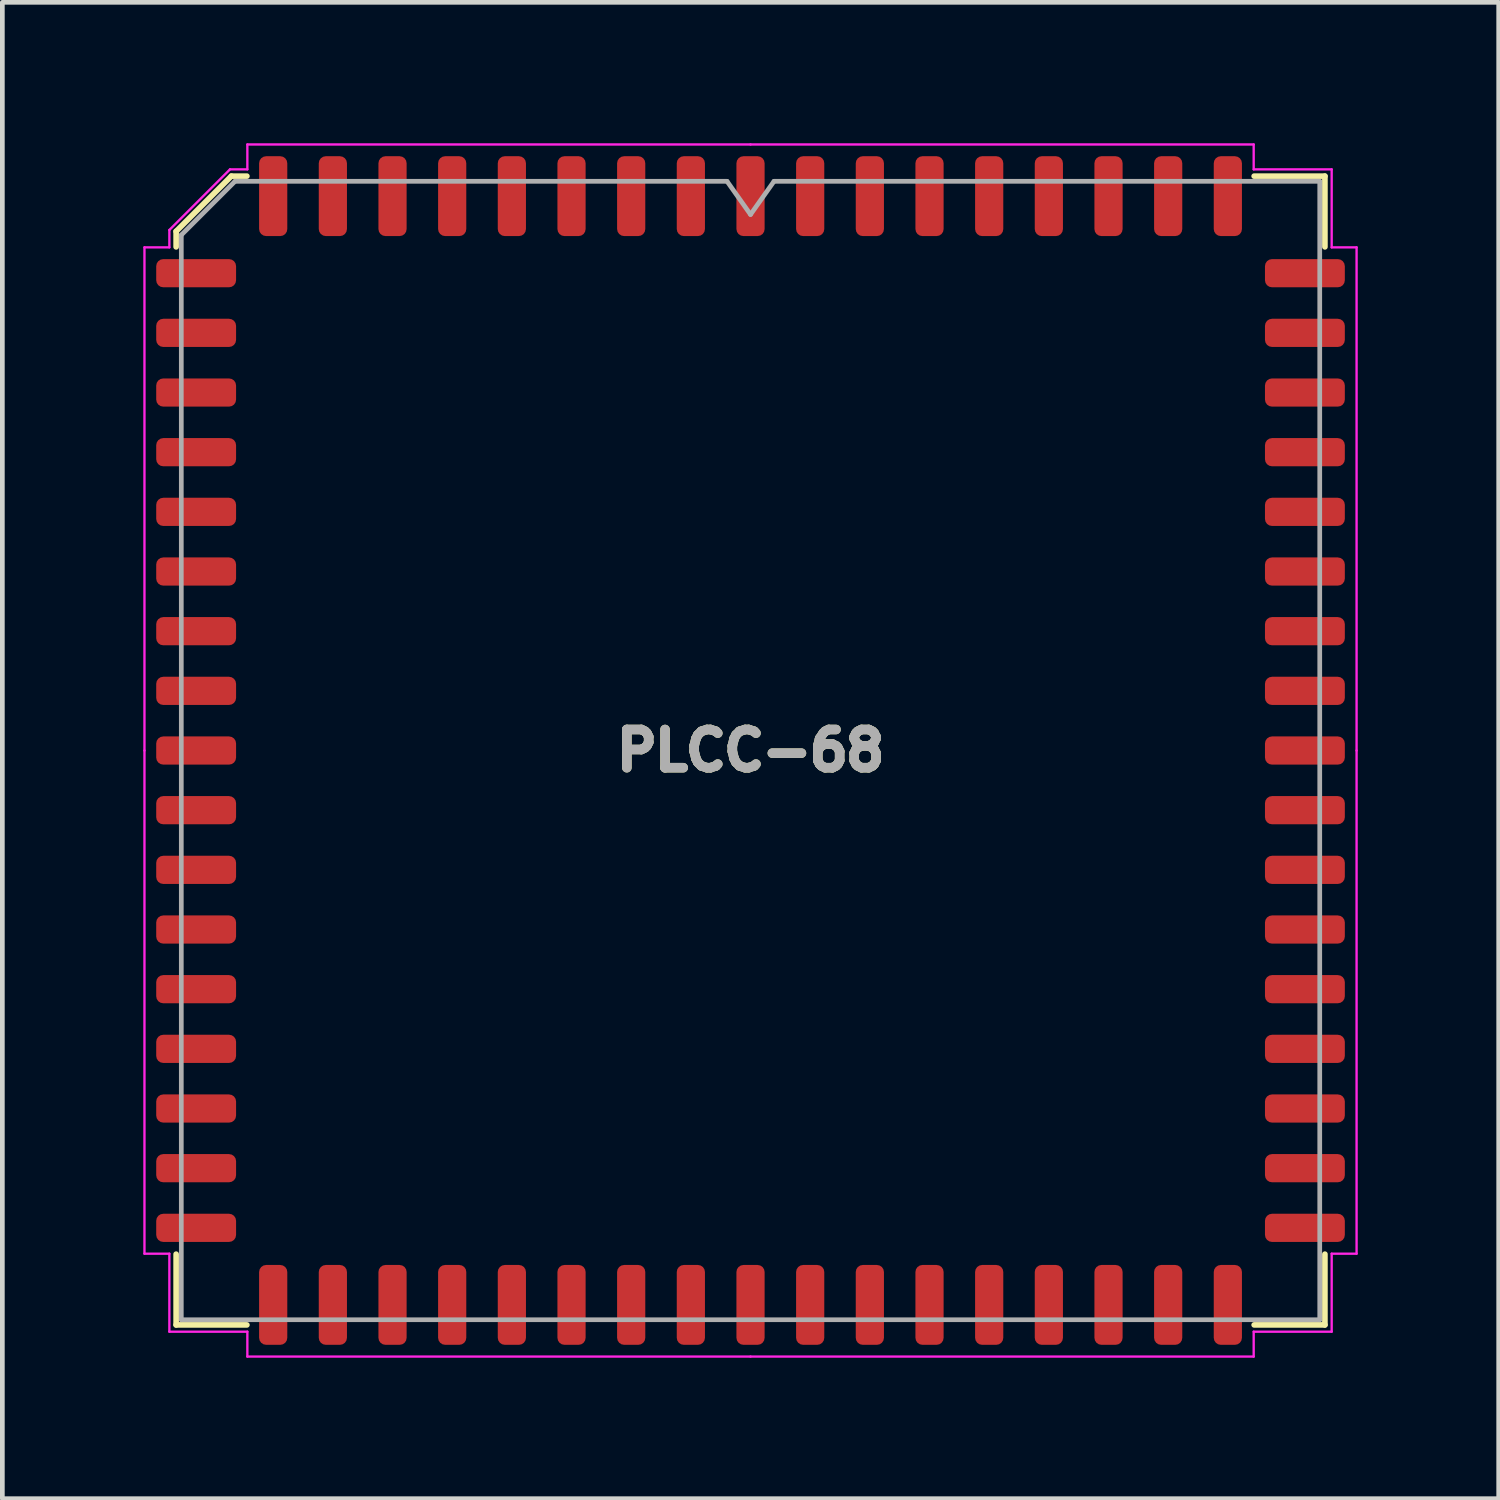
<source format=kicad_pcb>
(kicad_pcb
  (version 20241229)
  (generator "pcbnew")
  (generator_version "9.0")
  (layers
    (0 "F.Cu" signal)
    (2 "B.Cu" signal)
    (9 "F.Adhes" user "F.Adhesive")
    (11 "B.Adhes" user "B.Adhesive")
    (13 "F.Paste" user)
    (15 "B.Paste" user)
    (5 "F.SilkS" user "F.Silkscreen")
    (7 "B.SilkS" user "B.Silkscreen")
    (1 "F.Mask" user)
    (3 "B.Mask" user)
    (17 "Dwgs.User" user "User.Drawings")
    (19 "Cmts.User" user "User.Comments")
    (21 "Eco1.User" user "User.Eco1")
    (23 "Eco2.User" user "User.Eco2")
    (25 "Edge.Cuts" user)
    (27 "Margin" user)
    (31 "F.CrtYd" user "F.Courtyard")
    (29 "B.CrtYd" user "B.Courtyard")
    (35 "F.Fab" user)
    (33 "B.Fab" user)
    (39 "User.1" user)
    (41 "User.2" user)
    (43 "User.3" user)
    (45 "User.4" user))
  (footprint "PLCC-68"
    (layer "F.Cu")
    (at 12.925 12.925)
    (property "Reference" "PLCC-68" (at 0 0 0) (layer "F.SilkS") (effects (font (size 0.813 0.813) (thickness 0.203))))
    (attr smd)
    (fp_line (start -12.226 -11.051) (end -12.226 -10.72) (stroke (width 0.12) (type solid)) (layer "F.SilkS"))
    (fp_line (start -12.226 12.226) (end -12.226 10.72) (stroke (width 0.12) (type solid)) (layer "F.SilkS"))
    (fp_line (start -11.051 -12.226) (end -12.226 -11.051) (stroke (width 0.12) (type solid)) (layer "F.SilkS"))
    (fp_line (start -10.72 -12.226) (end -11.051 -12.226) (stroke (width 0.12) (type solid)) (layer "F.SilkS"))
    (fp_line (start -10.72 12.226) (end -12.226 12.226) (stroke (width 0.12) (type solid)) (layer "F.SilkS"))
    (fp_line (start 10.72 -12.226) (end 12.226 -12.226) (stroke (width 0.12) (type solid)) (layer "F.SilkS"))
    (fp_line (start 10.72 12.226) (end 12.226 12.226) (stroke (width 0.12) (type solid)) (layer "F.SilkS"))
    (fp_line (start 12.226 -12.226) (end 12.226 -10.72) (stroke (width 0.12) (type solid)) (layer "F.SilkS"))
    (fp_line (start 12.226 12.226) (end 12.226 10.72) (stroke (width 0.12) (type solid)) (layer "F.SilkS"))
    (fp_line (start -12.9 -10.71) (end -12.9 0) (stroke (width 0.05) (type solid)) (layer "F.CrtYd"))
    (fp_line (start -12.9 10.71) (end -12.9 0) (stroke (width 0.05) (type solid)) (layer "F.CrtYd"))
    (fp_line (start -12.37 -11.08) (end -12.37 -10.71) (stroke (width 0.05) (type solid)) (layer "F.CrtYd"))
    (fp_line (start -12.37 -10.71) (end -12.9 -10.71) (stroke (width 0.05) (type solid)) (layer "F.CrtYd"))
    (fp_line (start -12.37 10.71) (end -12.9 10.71) (stroke (width 0.05) (type solid)) (layer "F.CrtYd"))
    (fp_line (start -12.37 12.37) (end -12.37 10.71) (stroke (width 0.05) (type solid)) (layer "F.CrtYd"))
    (fp_line (start -11.08 -12.37) (end -12.37 -11.08) (stroke (width 0.05) (type solid)) (layer "F.CrtYd"))
    (fp_line (start -10.71 -12.9) (end -10.71 -12.37) (stroke (width 0.05) (type solid)) (layer "F.CrtYd"))
    (fp_line (start -10.71 -12.37) (end -11.08 -12.37) (stroke (width 0.05) (type solid)) (layer "F.CrtYd"))
    (fp_line (start -10.71 12.37) (end -12.37 12.37) (stroke (width 0.05) (type solid)) (layer "F.CrtYd"))
    (fp_line (start -10.71 12.9) (end -10.71 12.37) (stroke (width 0.05) (type solid)) (layer "F.CrtYd"))
    (fp_line (start 0 -12.9) (end -10.71 -12.9) (stroke (width 0.05) (type solid)) (layer "F.CrtYd"))
    (fp_line (start 0 -12.9) (end 10.71 -12.9) (stroke (width 0.05) (type solid)) (layer "F.CrtYd"))
    (fp_line (start 0 12.9) (end -10.71 12.9) (stroke (width 0.05) (type solid)) (layer "F.CrtYd"))
    (fp_line (start 0 12.9) (end 10.71 12.9) (stroke (width 0.05) (type solid)) (layer "F.CrtYd"))
    (fp_line (start 10.71 -12.9) (end 10.71 -12.37) (stroke (width 0.05) (type solid)) (layer "F.CrtYd"))
    (fp_line (start 10.71 -12.37) (end 12.37 -12.37) (stroke (width 0.05) (type solid)) (layer "F.CrtYd"))
    (fp_line (start 10.71 12.37) (end 12.37 12.37) (stroke (width 0.05) (type solid)) (layer "F.CrtYd"))
    (fp_line (start 10.71 12.9) (end 10.71 12.37) (stroke (width 0.05) (type solid)) (layer "F.CrtYd"))
    (fp_line (start 12.37 -12.37) (end 12.37 -10.71) (stroke (width 0.05) (type solid)) (layer "F.CrtYd"))
    (fp_line (start 12.37 -10.71) (end 12.9 -10.71) (stroke (width 0.05) (type solid)) (layer "F.CrtYd"))
    (fp_line (start 12.37 10.71) (end 12.9 10.71) (stroke (width 0.05) (type solid)) (layer "F.CrtYd"))
    (fp_line (start 12.37 12.37) (end 12.37 10.71) (stroke (width 0.05) (type solid)) (layer "F.CrtYd"))
    (fp_line (start 12.9 -10.71) (end 12.9 0) (stroke (width 0.05) (type solid)) (layer "F.CrtYd"))
    (fp_line (start 12.9 10.71) (end 12.9 0) (stroke (width 0.05) (type solid)) (layer "F.CrtYd"))
    (fp_line (start -12.116 -10.973) (end -10.973 -12.116) (stroke (width 0.1) (type solid)) (layer "F.Fab"))
    (fp_line (start -12.116 12.116) (end -12.116 -10.973) (stroke (width 0.1) (type solid)) (layer "F.Fab"))
    (fp_line (start -10.973 -12.116) (end -0.5 -12.116) (stroke (width 0.1) (type solid)) (layer "F.Fab"))
    (fp_line (start -0.5 -12.116) (end 0 -11.409) (stroke (width 0.1) (type solid)) (layer "F.Fab"))
    (fp_line (start 0 -11.409) (end 0.5 -12.116) (stroke (width 0.1) (type solid)) (layer "F.Fab"))
    (fp_line (start 0.5 -12.116) (end 12.116 -12.116) (stroke (width 0.1) (type solid)) (layer "F.Fab"))
    (fp_line (start 12.116 -12.116) (end 12.116 12.116) (stroke (width 0.1) (type solid)) (layer "F.Fab"))
    (fp_line (start 12.116 12.116) (end -12.116 12.116) (stroke (width 0.1) (type solid)) (layer "F.Fab"))
    (fp_text user "${REFERENCE}" (at 0 0 0) (layer "F.Fab") (effects (font (size 0.813 0.813) (thickness 0.203))))
    (pad "1" smd roundrect (at 0 -11.8) (size 0.6 1.7) (layers "F.Cu" "F.Mask" "F.Paste") (roundrect_rratio 0.25))
    (pad "2" smd roundrect (at -1.27 -11.8) (size 0.6 1.7) (layers "F.Cu" "F.Mask" "F.Paste") (roundrect_rratio 0.25))
    (pad "3" smd roundrect (at -2.54 -11.8) (size 0.6 1.7) (layers "F.Cu" "F.Mask" "F.Paste") (roundrect_rratio 0.25))
    (pad "4" smd roundrect (at -3.81 -11.8) (size 0.6 1.7) (layers "F.Cu" "F.Mask" "F.Paste") (roundrect_rratio 0.25))
    (pad "5" smd roundrect (at -5.08 -11.8) (size 0.6 1.7) (layers "F.Cu" "F.Mask" "F.Paste") (roundrect_rratio 0.25))
    (pad "6" smd roundrect (at -6.35 -11.8) (size 0.6 1.7) (layers "F.Cu" "F.Mask" "F.Paste") (roundrect_rratio 0.25))
    (pad "7" smd roundrect (at -7.62 -11.8) (size 0.6 1.7) (layers "F.Cu" "F.Mask" "F.Paste") (roundrect_rratio 0.25))
    (pad "8" smd roundrect (at -8.89 -11.8) (size 0.6 1.7) (layers "F.Cu" "F.Mask" "F.Paste") (roundrect_rratio 0.25))
    (pad "9" smd roundrect (at -10.16 -11.8) (size 0.6 1.7) (layers "F.Cu" "F.Mask" "F.Paste") (roundrect_rratio 0.25))
    (pad "10" smd roundrect (at -11.8 -10.16) (size 1.7 0.6) (layers "F.Cu" "F.Mask" "F.Paste") (roundrect_rratio 0.25))
    (pad "11" smd roundrect (at -11.8 -8.89) (size 1.7 0.6) (layers "F.Cu" "F.Mask" "F.Paste") (roundrect_rratio 0.25))
    (pad "12" smd roundrect (at -11.8 -7.62) (size 1.7 0.6) (layers "F.Cu" "F.Mask" "F.Paste") (roundrect_rratio 0.25))
    (pad "13" smd roundrect (at -11.8 -6.35) (size 1.7 0.6) (layers "F.Cu" "F.Mask" "F.Paste") (roundrect_rratio 0.25))
    (pad "14" smd roundrect (at -11.8 -5.08) (size 1.7 0.6) (layers "F.Cu" "F.Mask" "F.Paste") (roundrect_rratio 0.25))
    (pad "15" smd roundrect (at -11.8 -3.81) (size 1.7 0.6) (layers "F.Cu" "F.Mask" "F.Paste") (roundrect_rratio 0.25))
    (pad "16" smd roundrect (at -11.8 -2.54) (size 1.7 0.6) (layers "F.Cu" "F.Mask" "F.Paste") (roundrect_rratio 0.25))
    (pad "17" smd roundrect (at -11.8 -1.27) (size 1.7 0.6) (layers "F.Cu" "F.Mask" "F.Paste") (roundrect_rratio 0.25))
    (pad "18" smd roundrect (at -11.8 0) (size 1.7 0.6) (layers "F.Cu" "F.Mask" "F.Paste") (roundrect_rratio 0.25))
    (pad "19" smd roundrect (at -11.8 1.27) (size 1.7 0.6) (layers "F.Cu" "F.Mask" "F.Paste") (roundrect_rratio 0.25))
    (pad "20" smd roundrect (at -11.8 2.54) (size 1.7 0.6) (layers "F.Cu" "F.Mask" "F.Paste") (roundrect_rratio 0.25))
    (pad "21" smd roundrect (at -11.8 3.81) (size 1.7 0.6) (layers "F.Cu" "F.Mask" "F.Paste") (roundrect_rratio 0.25))
    (pad "22" smd roundrect (at -11.8 5.08) (size 1.7 0.6) (layers "F.Cu" "F.Mask" "F.Paste") (roundrect_rratio 0.25))
    (pad "23" smd roundrect (at -11.8 6.35) (size 1.7 0.6) (layers "F.Cu" "F.Mask" "F.Paste") (roundrect_rratio 0.25))
    (pad "24" smd roundrect (at -11.8 7.62) (size 1.7 0.6) (layers "F.Cu" "F.Mask" "F.Paste") (roundrect_rratio 0.25))
    (pad "25" smd roundrect (at -11.8 8.89) (size 1.7 0.6) (layers "F.Cu" "F.Mask" "F.Paste") (roundrect_rratio 0.25))
    (pad "26" smd roundrect (at -11.8 10.16) (size 1.7 0.6) (layers "F.Cu" "F.Mask" "F.Paste") (roundrect_rratio 0.25))
    (pad "27" smd roundrect (at -10.16 11.8) (size 0.6 1.7) (layers "F.Cu" "F.Mask" "F.Paste") (roundrect_rratio 0.25))
    (pad "28" smd roundrect (at -8.89 11.8) (size 0.6 1.7) (layers "F.Cu" "F.Mask" "F.Paste") (roundrect_rratio 0.25))
    (pad "29" smd roundrect (at -7.62 11.8) (size 0.6 1.7) (layers "F.Cu" "F.Mask" "F.Paste") (roundrect_rratio 0.25))
    (pad "30" smd roundrect (at -6.35 11.8) (size 0.6 1.7) (layers "F.Cu" "F.Mask" "F.Paste") (roundrect_rratio 0.25))
    (pad "31" smd roundrect (at -5.08 11.8) (size 0.6 1.7) (layers "F.Cu" "F.Mask" "F.Paste") (roundrect_rratio 0.25))
    (pad "32" smd roundrect (at -3.81 11.8) (size 0.6 1.7) (layers "F.Cu" "F.Mask" "F.Paste") (roundrect_rratio 0.25))
    (pad "33" smd roundrect (at -2.54 11.8) (size 0.6 1.7) (layers "F.Cu" "F.Mask" "F.Paste") (roundrect_rratio 0.25))
    (pad "34" smd roundrect (at -1.27 11.8) (size 0.6 1.7) (layers "F.Cu" "F.Mask" "F.Paste") (roundrect_rratio 0.25))
    (pad "35" smd roundrect (at 0 11.8) (size 0.6 1.7) (layers "F.Cu" "F.Mask" "F.Paste") (roundrect_rratio 0.25))
    (pad "36" smd roundrect (at 1.27 11.8) (size 0.6 1.7) (layers "F.Cu" "F.Mask" "F.Paste") (roundrect_rratio 0.25))
    (pad "37" smd roundrect (at 2.54 11.8) (size 0.6 1.7) (layers "F.Cu" "F.Mask" "F.Paste") (roundrect_rratio 0.25))
    (pad "38" smd roundrect (at 3.81 11.8) (size 0.6 1.7) (layers "F.Cu" "F.Mask" "F.Paste") (roundrect_rratio 0.25))
    (pad "39" smd roundrect (at 5.08 11.8) (size 0.6 1.7) (layers "F.Cu" "F.Mask" "F.Paste") (roundrect_rratio 0.25))
    (pad "40" smd roundrect (at 6.35 11.8) (size 0.6 1.7) (layers "F.Cu" "F.Mask" "F.Paste") (roundrect_rratio 0.25))
    (pad "41" smd roundrect (at 7.62 11.8) (size 0.6 1.7) (layers "F.Cu" "F.Mask" "F.Paste") (roundrect_rratio 0.25))
    (pad "42" smd roundrect (at 8.89 11.8) (size 0.6 1.7) (layers "F.Cu" "F.Mask" "F.Paste") (roundrect_rratio 0.25))
    (pad "43" smd roundrect (at 10.16 11.8) (size 0.6 1.7) (layers "F.Cu" "F.Mask" "F.Paste") (roundrect_rratio 0.25))
    (pad "44" smd roundrect (at 11.8 10.16) (size 1.7 0.6) (layers "F.Cu" "F.Mask" "F.Paste") (roundrect_rratio 0.25))
    (pad "45" smd roundrect (at 11.8 8.89) (size 1.7 0.6) (layers "F.Cu" "F.Mask" "F.Paste") (roundrect_rratio 0.25))
    (pad "46" smd roundrect (at 11.8 7.62) (size 1.7 0.6) (layers "F.Cu" "F.Mask" "F.Paste") (roundrect_rratio 0.25))
    (pad "47" smd roundrect (at 11.8 6.35) (size 1.7 0.6) (layers "F.Cu" "F.Mask" "F.Paste") (roundrect_rratio 0.25))
    (pad "48" smd roundrect (at 11.8 5.08) (size 1.7 0.6) (layers "F.Cu" "F.Mask" "F.Paste") (roundrect_rratio 0.25))
    (pad "49" smd roundrect (at 11.8 3.81) (size 1.7 0.6) (layers "F.Cu" "F.Mask" "F.Paste") (roundrect_rratio 0.25))
    (pad "50" smd roundrect (at 11.8 2.54) (size 1.7 0.6) (layers "F.Cu" "F.Mask" "F.Paste") (roundrect_rratio 0.25))
    (pad "51" smd roundrect (at 11.8 1.27) (size 1.7 0.6) (layers "F.Cu" "F.Mask" "F.Paste") (roundrect_rratio 0.25))
    (pad "52" smd roundrect (at 11.8 0) (size 1.7 0.6) (layers "F.Cu" "F.Mask" "F.Paste") (roundrect_rratio 0.25))
    (pad "53" smd roundrect (at 11.8 -1.27) (size 1.7 0.6) (layers "F.Cu" "F.Mask" "F.Paste") (roundrect_rratio 0.25))
    (pad "54" smd roundrect (at 11.8 -2.54) (size 1.7 0.6) (layers "F.Cu" "F.Mask" "F.Paste") (roundrect_rratio 0.25))
    (pad "55" smd roundrect (at 11.8 -3.81) (size 1.7 0.6) (layers "F.Cu" "F.Mask" "F.Paste") (roundrect_rratio 0.25))
    (pad "56" smd roundrect (at 11.8 -5.08) (size 1.7 0.6) (layers "F.Cu" "F.Mask" "F.Paste") (roundrect_rratio 0.25))
    (pad "57" smd roundrect (at 11.8 -6.35) (size 1.7 0.6) (layers "F.Cu" "F.Mask" "F.Paste") (roundrect_rratio 0.25))
    (pad "58" smd roundrect (at 11.8 -7.62) (size 1.7 0.6) (layers "F.Cu" "F.Mask" "F.Paste") (roundrect_rratio 0.25))
    (pad "59" smd roundrect (at 11.8 -8.89) (size 1.7 0.6) (layers "F.Cu" "F.Mask" "F.Paste") (roundrect_rratio 0.25))
    (pad "60" smd roundrect (at 11.8 -10.16) (size 1.7 0.6) (layers "F.Cu" "F.Mask" "F.Paste") (roundrect_rratio 0.25))
    (pad "61" smd roundrect (at 10.16 -11.8) (size 0.6 1.7) (layers "F.Cu" "F.Mask" "F.Paste") (roundrect_rratio 0.25))
    (pad "62" smd roundrect (at 8.89 -11.8) (size 0.6 1.7) (layers "F.Cu" "F.Mask" "F.Paste") (roundrect_rratio 0.25))
    (pad "63" smd roundrect (at 7.62 -11.8) (size 0.6 1.7) (layers "F.Cu" "F.Mask" "F.Paste") (roundrect_rratio 0.25))
    (pad "64" smd roundrect (at 6.35 -11.8) (size 0.6 1.7) (layers "F.Cu" "F.Mask" "F.Paste") (roundrect_rratio 0.25))
    (pad "65" smd roundrect (at 5.08 -11.8) (size 0.6 1.7) (layers "F.Cu" "F.Mask" "F.Paste") (roundrect_rratio 0.25))
    (pad "66" smd roundrect (at 3.81 -11.8) (size 0.6 1.7) (layers "F.Cu" "F.Mask" "F.Paste") (roundrect_rratio 0.25))
    (pad "67" smd roundrect (at 2.54 -11.8) (size 0.6 1.7) (layers "F.Cu" "F.Mask" "F.Paste") (roundrect_rratio 0.25))
    (pad "68" smd roundrect (at 1.27 -11.8) (size 0.6 1.7) (layers "F.Cu" "F.Mask" "F.Paste") (roundrect_rratio 0.25)))
  (gr_rect
    (start -3 -3)
    (end 28.85 28.85)
    (stroke (width 0.1) (type default))
    (fill no)
    (layer "Edge.Cuts")))
</source>
